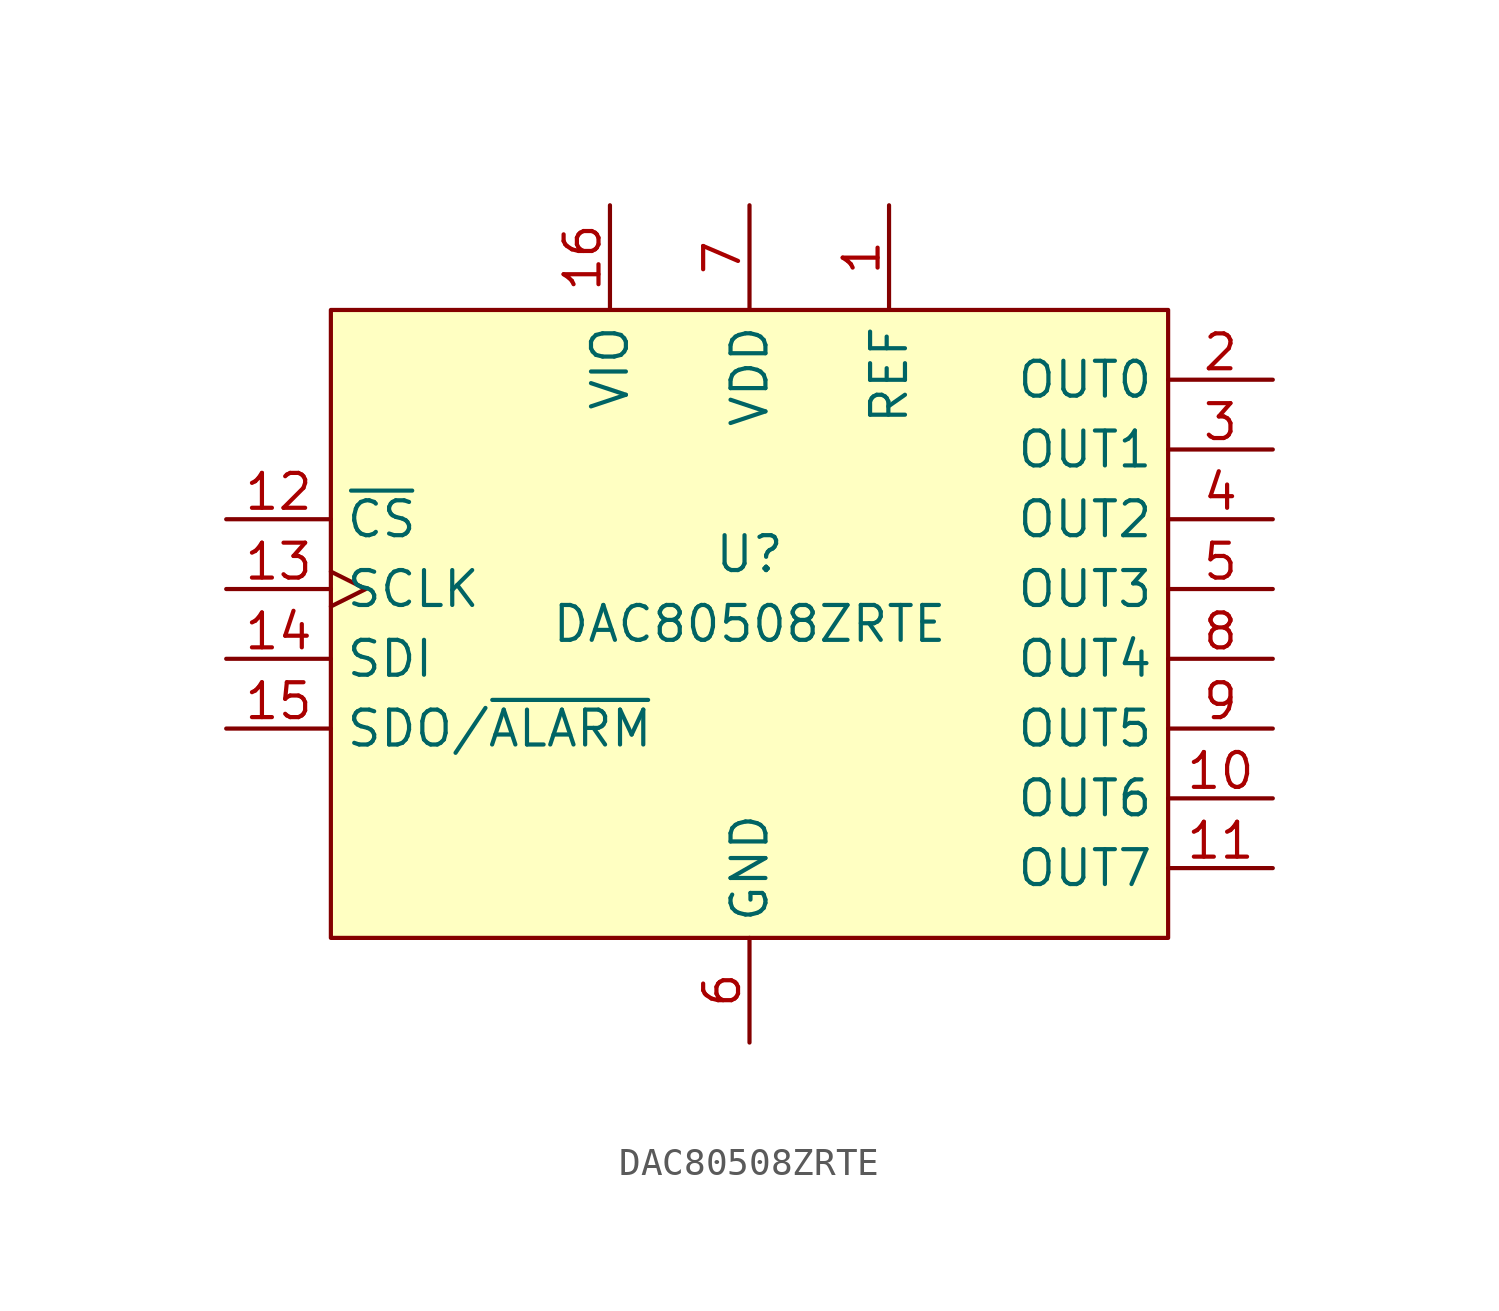
<source format=kicad_sym>
(kicad_symbol_lib
  (version 20200126)
  (host kicad_symbol_editor "(5.99.0-2251-g5226d6b4d)")
  (symbol "DAC80508:DAC80508ZRTE"
    (property "Reference" "U"
      (at 0 2.54 0)
      (effects (font (size 1.27 1.27))))
    (property "Value" "DAC80508ZRTE"
      (at 0 0 0)
      (effects (font (size 1.27 1.27))))
    (symbol "DAC80508ZRTE_0_1"
      (rectangle (start -15.24 11.43) (end 15.24 -11.43) (stroke (width 0)) (fill (type background))))
    (symbol "DAC80508ZRTE_1_1"
      (pin bidirectional line (at 5.08 15.24 270) (length 3.81) (name "REF" (effects (font (size 1.27 1.27)))) (number "1" (effects (font (size 1.27 1.27)))))
      (pin output line (at 19.05 -6.35 180) (length 3.81) (name "OUT6" (effects (font (size 1.27 1.27)))) (number "10" (effects (font (size 1.27 1.27)))))
      (pin output line (at 19.05 -8.89 180) (length 3.81) (name "OUT7" (effects (font (size 1.27 1.27)))) (number "11" (effects (font (size 1.27 1.27)))))
      (pin input line (at -19.05 3.81 0) (length 3.81) (name "~CS" (effects (font (size 1.27 1.27)))) (number "12" (effects (font (size 1.27 1.27)))))
      (pin input clock (at -19.05 1.27 0) (length 3.81) (name "SCLK" (effects (font (size 1.27 1.27)))) (number "13" (effects (font (size 1.27 1.27)))))
      (pin input line (at -19.05 -1.27 0) (length 3.81) (name "SDI" (effects (font (size 1.27 1.27)))) (number "14" (effects (font (size 1.27 1.27)))))
      (pin output line (at -19.05 -3.81 0) (length 3.81) (name "SDO/~ALARM" (effects (font (size 1.27 1.27)))) (number "15" (effects (font (size 1.27 1.27)))))
      (pin power_in line (at -5.08 15.24 270) (length 3.81) (name "VIO" (effects (font (size 1.27 1.27)))) (number "16" (effects (font (size 1.27 1.27)))))
      (pin output line (at 19.05 8.89 180) (length 3.81) (name "OUT0" (effects (font (size 1.27 1.27)))) (number "2" (effects (font (size 1.27 1.27)))))
      (pin output line (at 19.05 6.35 180) (length 3.81) (name "OUT1" (effects (font (size 1.27 1.27)))) (number "3" (effects (font (size 1.27 1.27)))))
      (pin output line (at 19.05 3.81 180) (length 3.81) (name "OUT2" (effects (font (size 1.27 1.27)))) (number "4" (effects (font (size 1.27 1.27)))))
      (pin output line (at 19.05 1.27 180) (length 3.81) (name "OUT3" (effects (font (size 1.27 1.27)))) (number "5" (effects (font (size 1.27 1.27)))))
      (pin power_in line (at 0 -15.24 90) (length 3.81) (name "GND" (effects (font (size 1.27 1.27)))) (number "6" (effects (font (size 1.27 1.27)))))
      (pin power_in line (at 0 15.24 270) (length 3.81) (name "VDD" (effects (font (size 1.27 1.27)))) (number "7" (effects (font (size 1.27 1.27)))))
      (pin output line (at 19.05 -1.27 180) (length 3.81) (name "OUT4" (effects (font (size 1.27 1.27)))) (number "8" (effects (font (size 1.27 1.27)))))
      (pin output line (at 19.05 -3.81 180) (length 3.81) (name "OUT5" (effects (font (size 1.27 1.27)))) (number "9" (effects (font (size 1.27 1.27))))))))
</source>
